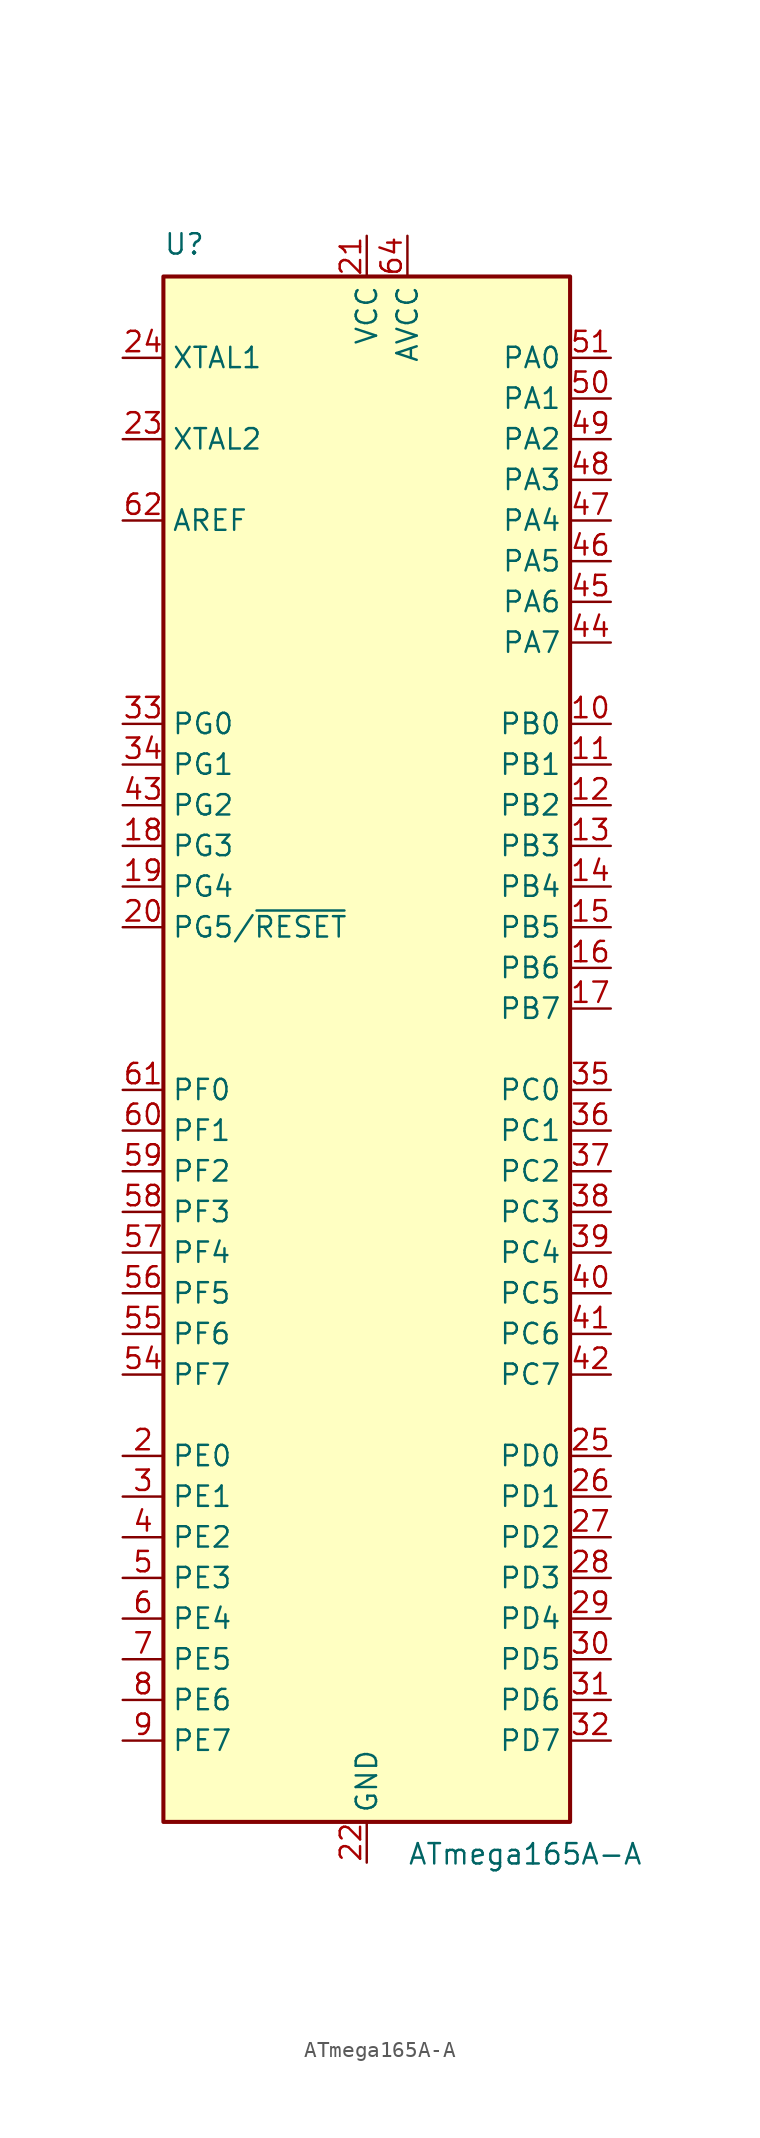
<source format=kicad_sym>
(kicad_symbol_lib
  (version 20211014)
  (generator kicad_symbol_editor)
  (symbol "ATmega165A-A"
    (property "Reference" "U"
      (at -12.7 49.53 0)
      (effects (font (size 1.27 1.27)) (justify left bottom)))
    (property "Value" "ATmega165A-A"
      (at 2.54 -49.53 0)
      (effects (font (size 1.27 1.27)) (justify left top)))
    (symbol "ATmega165A-A_0_1"
      (rectangle (start -12.7 -48.26) (end 12.7 48.26) (stroke (width 0.254) (type default) (color 0 0 0 0)) (fill (type background))))
    (symbol "ATmega165A-A_1_1"
      (pin no_connect line (at -12.7 -45.72 0) (length 2.54) hide (name "NC" (effects (font (size 1.27 1.27)))) (number "1" (effects (font (size 1.27 1.27)))))
      (pin bidirectional line (at 15.24 20.32 180) (length 2.54) (name "PB0" (effects (font (size 1.27 1.27)))) (number "10" (effects (font (size 1.27 1.27)))))
      (pin bidirectional line (at 15.24 17.78 180) (length 2.54) (name "PB1" (effects (font (size 1.27 1.27)))) (number "11" (effects (font (size 1.27 1.27)))))
      (pin bidirectional line (at 15.24 15.24 180) (length 2.54) (name "PB2" (effects (font (size 1.27 1.27)))) (number "12" (effects (font (size 1.27 1.27)))))
      (pin bidirectional line (at 15.24 12.7 180) (length 2.54) (name "PB3" (effects (font (size 1.27 1.27)))) (number "13" (effects (font (size 1.27 1.27)))))
      (pin bidirectional line (at 15.24 10.16 180) (length 2.54) (name "PB4" (effects (font (size 1.27 1.27)))) (number "14" (effects (font (size 1.27 1.27)))))
      (pin bidirectional line (at 15.24 7.62 180) (length 2.54) (name "PB5" (effects (font (size 1.27 1.27)))) (number "15" (effects (font (size 1.27 1.27)))))
      (pin bidirectional line (at 15.24 5.08 180) (length 2.54) (name "PB6" (effects (font (size 1.27 1.27)))) (number "16" (effects (font (size 1.27 1.27)))))
      (pin bidirectional line (at 15.24 2.54 180) (length 2.54) (name "PB7" (effects (font (size 1.27 1.27)))) (number "17" (effects (font (size 1.27 1.27)))))
      (pin bidirectional line (at -15.24 12.7 0) (length 2.54) (name "PG3" (effects (font (size 1.27 1.27)))) (number "18" (effects (font (size 1.27 1.27)))))
      (pin bidirectional line (at -15.24 10.16 0) (length 2.54) (name "PG4" (effects (font (size 1.27 1.27)))) (number "19" (effects (font (size 1.27 1.27)))))
      (pin bidirectional line (at -15.24 -25.4 0) (length 2.54) (name "PE0" (effects (font (size 1.27 1.27)))) (number "2" (effects (font (size 1.27 1.27)))))
      (pin bidirectional line (at -15.24 7.62 0) (length 2.54) (name "PG5/~{RESET}" (effects (font (size 1.27 1.27)))) (number "20" (effects (font (size 1.27 1.27)))))
      (pin power_in line (at 0 50.8 270) (length 2.54) (name "VCC" (effects (font (size 1.27 1.27)))) (number "21" (effects (font (size 1.27 1.27)))))
      (pin power_in line (at 0 -50.8 90) (length 2.54) (name "GND" (effects (font (size 1.27 1.27)))) (number "22" (effects (font (size 1.27 1.27)))))
      (pin output line (at -15.24 38.1 0) (length 2.54) (name "XTAL2" (effects (font (size 1.27 1.27)))) (number "23" (effects (font (size 1.27 1.27)))))
      (pin input line (at -15.24 43.18 0) (length 2.54) (name "XTAL1" (effects (font (size 1.27 1.27)))) (number "24" (effects (font (size 1.27 1.27)))))
      (pin bidirectional line (at 15.24 -25.4 180) (length 2.54) (name "PD0" (effects (font (size 1.27 1.27)))) (number "25" (effects (font (size 1.27 1.27)))))
      (pin bidirectional line (at 15.24 -27.94 180) (length 2.54) (name "PD1" (effects (font (size 1.27 1.27)))) (number "26" (effects (font (size 1.27 1.27)))))
      (pin bidirectional line (at 15.24 -30.48 180) (length 2.54) (name "PD2" (effects (font (size 1.27 1.27)))) (number "27" (effects (font (size 1.27 1.27)))))
      (pin bidirectional line (at 15.24 -33.02 180) (length 2.54) (name "PD3" (effects (font (size 1.27 1.27)))) (number "28" (effects (font (size 1.27 1.27)))))
      (pin bidirectional line (at 15.24 -35.56 180) (length 2.54) (name "PD4" (effects (font (size 1.27 1.27)))) (number "29" (effects (font (size 1.27 1.27)))))
      (pin bidirectional line (at -15.24 -27.94 0) (length 2.54) (name "PE1" (effects (font (size 1.27 1.27)))) (number "3" (effects (font (size 1.27 1.27)))))
      (pin bidirectional line (at 15.24 -38.1 180) (length 2.54) (name "PD5" (effects (font (size 1.27 1.27)))) (number "30" (effects (font (size 1.27 1.27)))))
      (pin bidirectional line (at 15.24 -40.64 180) (length 2.54) (name "PD6" (effects (font (size 1.27 1.27)))) (number "31" (effects (font (size 1.27 1.27)))))
      (pin bidirectional line (at 15.24 -43.18 180) (length 2.54) (name "PD7" (effects (font (size 1.27 1.27)))) (number "32" (effects (font (size 1.27 1.27)))))
      (pin bidirectional line (at -15.24 20.32 0) (length 2.54) (name "PG0" (effects (font (size 1.27 1.27)))) (number "33" (effects (font (size 1.27 1.27)))))
      (pin bidirectional line (at -15.24 17.78 0) (length 2.54) (name "PG1" (effects (font (size 1.27 1.27)))) (number "34" (effects (font (size 1.27 1.27)))))
      (pin bidirectional line (at 15.24 -2.54 180) (length 2.54) (name "PC0" (effects (font (size 1.27 1.27)))) (number "35" (effects (font (size 1.27 1.27)))))
      (pin bidirectional line (at 15.24 -5.08 180) (length 2.54) (name "PC1" (effects (font (size 1.27 1.27)))) (number "36" (effects (font (size 1.27 1.27)))))
      (pin bidirectional line (at 15.24 -7.62 180) (length 2.54) (name "PC2" (effects (font (size 1.27 1.27)))) (number "37" (effects (font (size 1.27 1.27)))))
      (pin bidirectional line (at 15.24 -10.16 180) (length 2.54) (name "PC3" (effects (font (size 1.27 1.27)))) (number "38" (effects (font (size 1.27 1.27)))))
      (pin bidirectional line (at 15.24 -12.7 180) (length 2.54) (name "PC4" (effects (font (size 1.27 1.27)))) (number "39" (effects (font (size 1.27 1.27)))))
      (pin bidirectional line (at -15.24 -30.48 0) (length 2.54) (name "PE2" (effects (font (size 1.27 1.27)))) (number "4" (effects (font (size 1.27 1.27)))))
      (pin bidirectional line (at 15.24 -15.24 180) (length 2.54) (name "PC5" (effects (font (size 1.27 1.27)))) (number "40" (effects (font (size 1.27 1.27)))))
      (pin bidirectional line (at 15.24 -17.78 180) (length 2.54) (name "PC6" (effects (font (size 1.27 1.27)))) (number "41" (effects (font (size 1.27 1.27)))))
      (pin bidirectional line (at 15.24 -20.32 180) (length 2.54) (name "PC7" (effects (font (size 1.27 1.27)))) (number "42" (effects (font (size 1.27 1.27)))))
      (pin bidirectional line (at -15.24 15.24 0) (length 2.54) (name "PG2" (effects (font (size 1.27 1.27)))) (number "43" (effects (font (size 1.27 1.27)))))
      (pin bidirectional line (at 15.24 25.4 180) (length 2.54) (name "PA7" (effects (font (size 1.27 1.27)))) (number "44" (effects (font (size 1.27 1.27)))))
      (pin bidirectional line (at 15.24 27.94 180) (length 2.54) (name "PA6" (effects (font (size 1.27 1.27)))) (number "45" (effects (font (size 1.27 1.27)))))
      (pin bidirectional line (at 15.24 30.48 180) (length 2.54) (name "PA5" (effects (font (size 1.27 1.27)))) (number "46" (effects (font (size 1.27 1.27)))))
      (pin bidirectional line (at 15.24 33.02 180) (length 2.54) (name "PA4" (effects (font (size 1.27 1.27)))) (number "47" (effects (font (size 1.27 1.27)))))
      (pin bidirectional line (at 15.24 35.56 180) (length 2.54) (name "PA3" (effects (font (size 1.27 1.27)))) (number "48" (effects (font (size 1.27 1.27)))))
      (pin bidirectional line (at 15.24 38.1 180) (length 2.54) (name "PA2" (effects (font (size 1.27 1.27)))) (number "49" (effects (font (size 1.27 1.27)))))
      (pin bidirectional line (at -15.24 -33.02 0) (length 2.54) (name "PE3" (effects (font (size 1.27 1.27)))) (number "5" (effects (font (size 1.27 1.27)))))
      (pin bidirectional line (at 15.24 40.64 180) (length 2.54) (name "PA1" (effects (font (size 1.27 1.27)))) (number "50" (effects (font (size 1.27 1.27)))))
      (pin bidirectional line (at 15.24 43.18 180) (length 2.54) (name "PA0" (effects (font (size 1.27 1.27)))) (number "51" (effects (font (size 1.27 1.27)))))
      (pin passive line (at 0 50.8 270) (length 2.54) hide (name "VCC" (effects (font (size 1.27 1.27)))) (number "52" (effects (font (size 1.27 1.27)))))
      (pin passive line (at 0 -50.8 90) (length 2.54) hide (name "GND" (effects (font (size 1.27 1.27)))) (number "53" (effects (font (size 1.27 1.27)))))
      (pin bidirectional line (at -15.24 -20.32 0) (length 2.54) (name "PF7" (effects (font (size 1.27 1.27)))) (number "54" (effects (font (size 1.27 1.27)))))
      (pin bidirectional line (at -15.24 -17.78 0) (length 2.54) (name "PF6" (effects (font (size 1.27 1.27)))) (number "55" (effects (font (size 1.27 1.27)))))
      (pin bidirectional line (at -15.24 -15.24 0) (length 2.54) (name "PF5" (effects (font (size 1.27 1.27)))) (number "56" (effects (font (size 1.27 1.27)))))
      (pin bidirectional line (at -15.24 -12.7 0) (length 2.54) (name "PF4" (effects (font (size 1.27 1.27)))) (number "57" (effects (font (size 1.27 1.27)))))
      (pin bidirectional line (at -15.24 -10.16 0) (length 2.54) (name "PF3" (effects (font (size 1.27 1.27)))) (number "58" (effects (font (size 1.27 1.27)))))
      (pin bidirectional line (at -15.24 -7.62 0) (length 2.54) (name "PF2" (effects (font (size 1.27 1.27)))) (number "59" (effects (font (size 1.27 1.27)))))
      (pin bidirectional line (at -15.24 -35.56 0) (length 2.54) (name "PE4" (effects (font (size 1.27 1.27)))) (number "6" (effects (font (size 1.27 1.27)))))
      (pin bidirectional line (at -15.24 -5.08 0) (length 2.54) (name "PF1" (effects (font (size 1.27 1.27)))) (number "60" (effects (font (size 1.27 1.27)))))
      (pin bidirectional line (at -15.24 -2.54 0) (length 2.54) (name "PF0" (effects (font (size 1.27 1.27)))) (number "61" (effects (font (size 1.27 1.27)))))
      (pin passive line (at -15.24 33.02 0) (length 2.54) (name "AREF" (effects (font (size 1.27 1.27)))) (number "62" (effects (font (size 1.27 1.27)))))
      (pin passive line (at 0 -50.8 90) (length 2.54) hide (name "GND" (effects (font (size 1.27 1.27)))) (number "63" (effects (font (size 1.27 1.27)))))
      (pin power_in line (at 2.54 50.8 270) (length 2.54) (name "AVCC" (effects (font (size 1.27 1.27)))) (number "64" (effects (font (size 1.27 1.27)))))
      (pin bidirectional line (at -15.24 -38.1 0) (length 2.54) (name "PE5" (effects (font (size 1.27 1.27)))) (number "7" (effects (font (size 1.27 1.27)))))
      (pin bidirectional line (at -15.24 -40.64 0) (length 2.54) (name "PE6" (effects (font (size 1.27 1.27)))) (number "8" (effects (font (size 1.27 1.27)))))
      (pin bidirectional line (at -15.24 -43.18 0) (length 2.54) (name "PE7" (effects (font (size 1.27 1.27)))) (number "9" (effects (font (size 1.27 1.27))))))))
</source>
